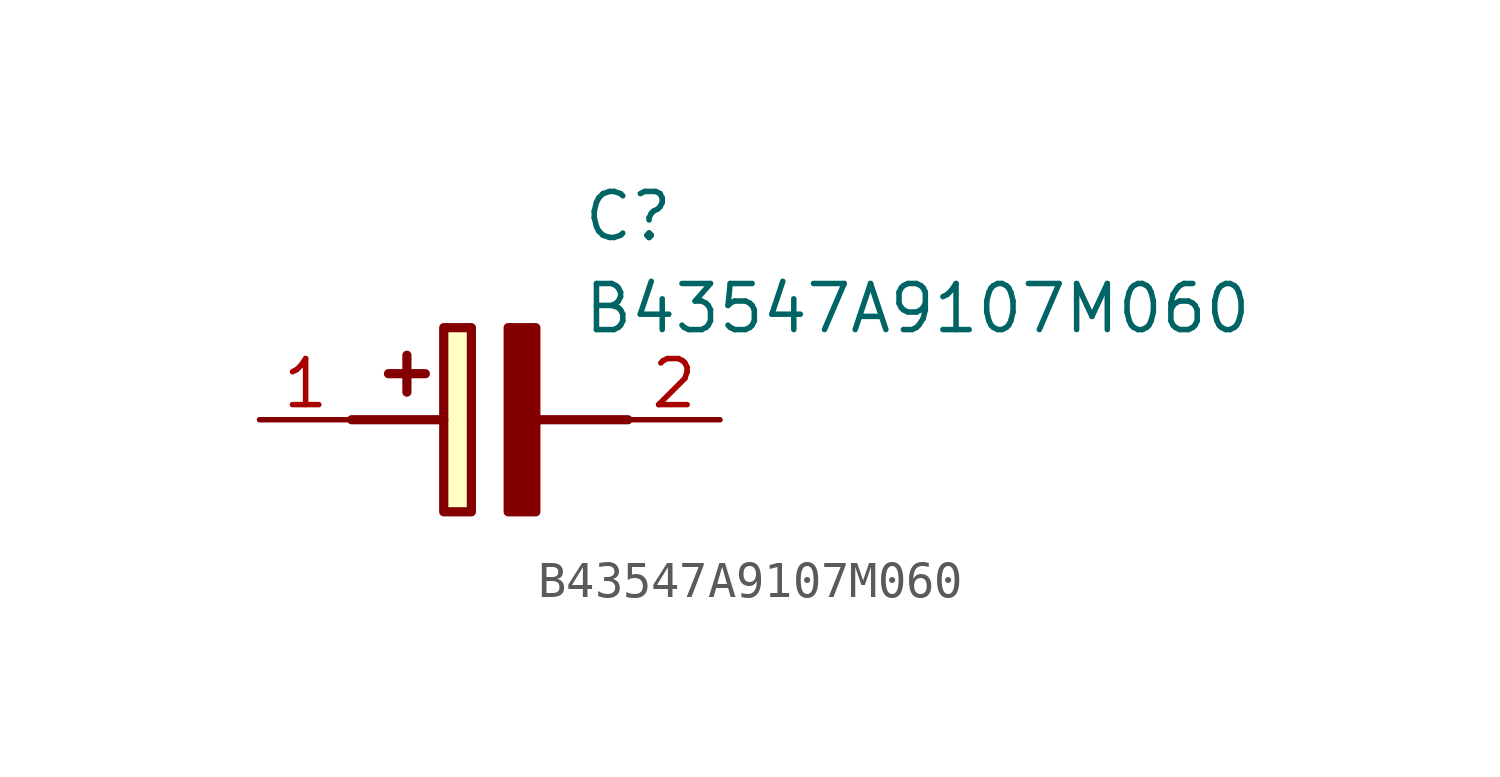
<source format=kicad_sym>
(kicad_symbol_lib
  (version 20211014)
  (generator SamacSys_ECAD_Model)
  (symbol "B43547A9107M060"
    (pin_names hide)
    (property "Reference" "C"
      (at 8.89 6.35 0)
      (effects (font (size 1.27 1.27)) (justify left top)))
    (property "Value" "B43547A9107M060"
      (at 8.89 3.81 0)
      (effects (font (size 1.27 1.27)) (justify left top)))
    (rectangle
      (start 5.08 2.54)
      (end 5.842 -2.54)
      (stroke (width 0.254) (type default))
      (fill (type background)))
    (polyline
      (pts (xy 4.572 1.27) (xy 3.556 1.27))
      (stroke (width 0.254) (type default))
      (fill (type none)))
    (polyline
      (pts (xy 4.064 1.778) (xy 4.064 0.762))
      (stroke (width 0.254) (type default))
      (fill (type none)))
    (polyline
      (pts (xy 2.54 0) (xy 5.08 0))
      (stroke (width 0.254) (type default))
      (fill (type none)))
    (polyline
      (pts (xy 7.62 0) (xy 10.16 0))
      (stroke (width 0.254) (type default))
      (fill (type none)))
    (polyline
      (pts (xy 7.62 2.54) (xy 7.62 -2.54) (xy 6.858 -2.54) (xy 6.858 2.54) (xy 7.62 2.54))
      (stroke (width 0.254) (type default))
      (fill (type outline)))
    (pin passive line
      (at 0 0 0)
      (length 2.54)
      (name "+" (effects (font (size 1.27 1.27))))
      (number "1" (effects (font (size 1.27 1.27)))))
    (pin passive line
      (at 12.7 0 180)
      (length 2.54)
      (name "-" (effects (font (size 1.27 1.27))))
      (number "2" (effects (font (size 1.27 1.27)))))))
</source>
